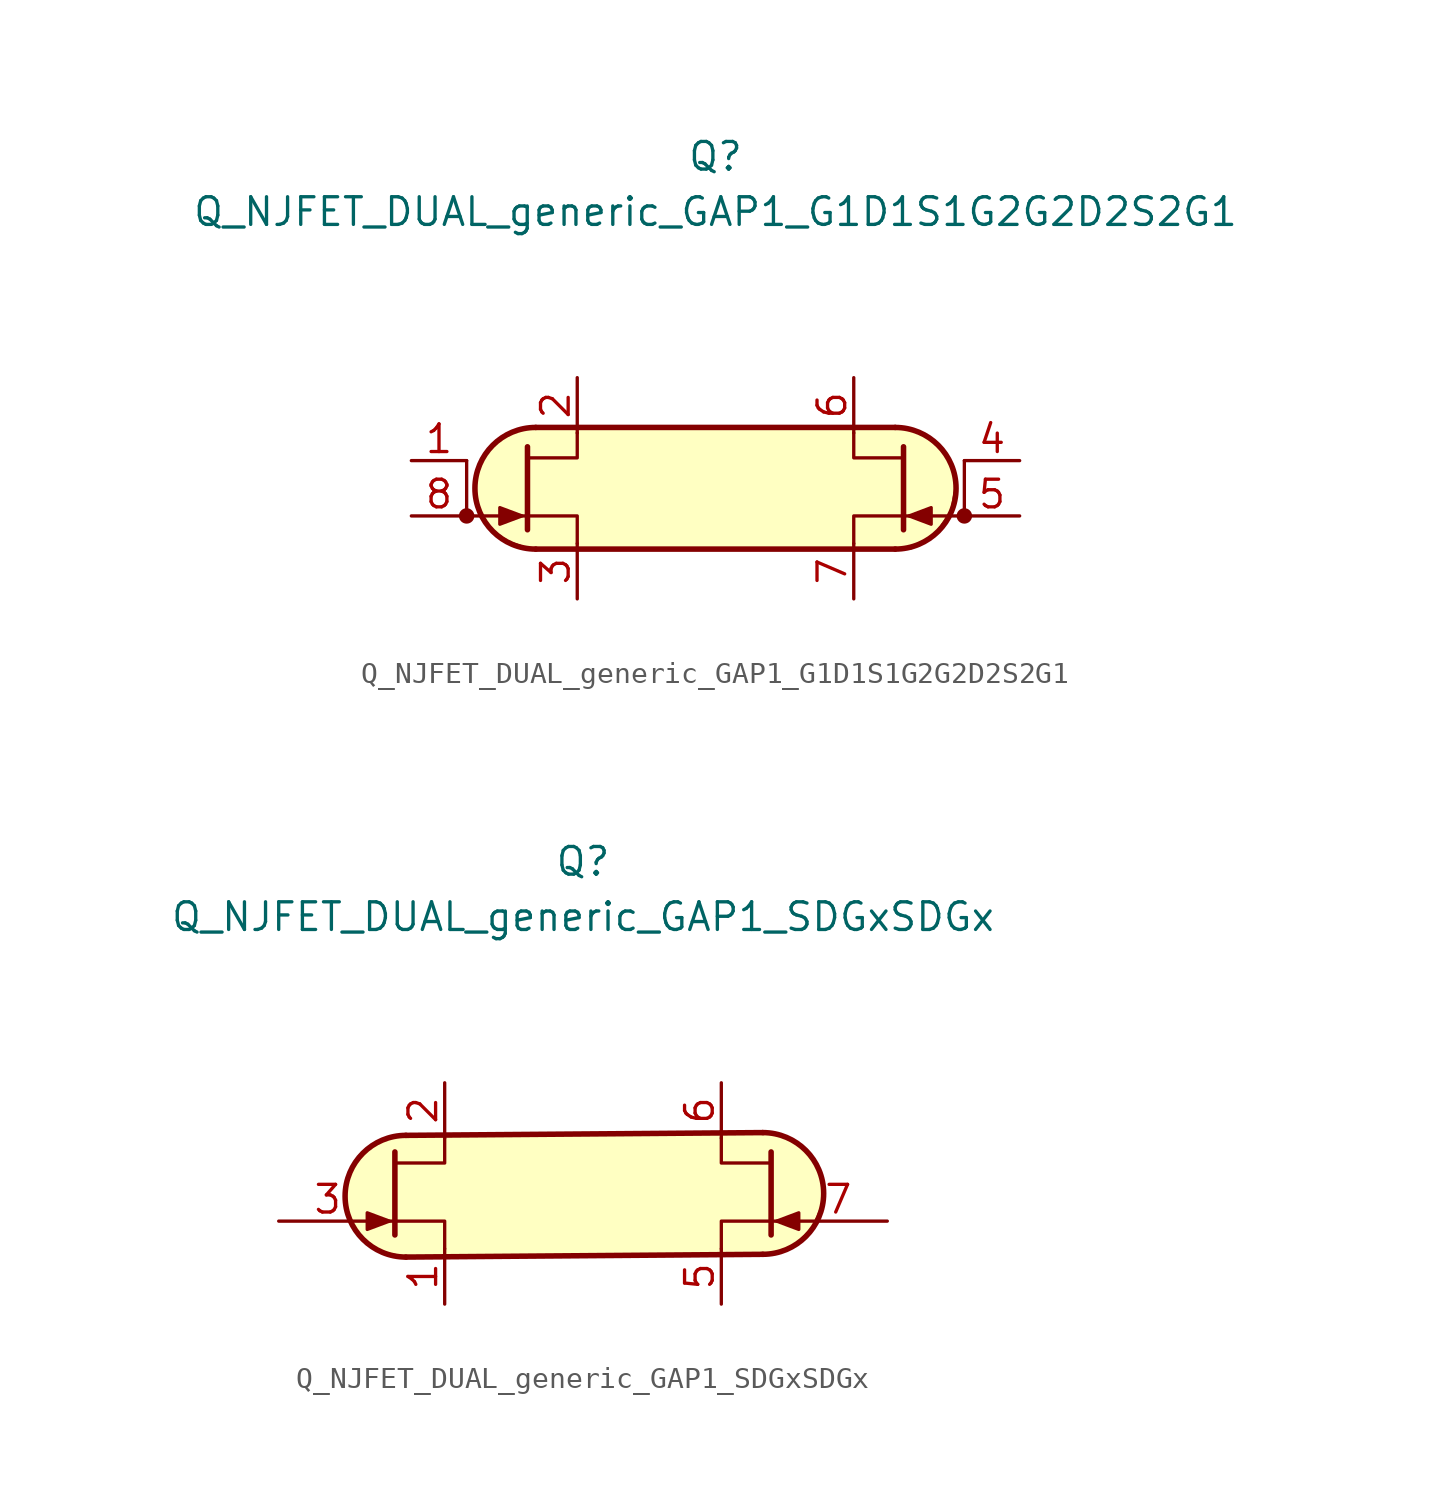
<source format=kicad_sym>
(kicad_symbol_lib
  (version 20211014)
  (generator kicad_symbol_editor)
  (symbol "Q_NJFET_DUAL_generic_GAP1_G1D1S1G2G2D2S2G1"
    (pin_names
      (offset 1.016) hide)
    (property "Reference" "Q"
      (at 0 15.24 0)
      (effects (font (size 1.27 1.27))))
    (property "Value" "Q_NJFET_DUAL_generic_GAP1_G1D1S1G2G2D2S2G1"
      (at 0 12.7 0)
      (effects (font (size 1.27 1.27))))
    (symbol "Q_NJFET_DUAL_generic_GAP1_G1D1S1G2G2D2S2G1_0_1"
      (arc (start -8.255 2.794) (mid -11.049 0) (end -8.255 -2.794) (stroke (width 0.254) (type default) (color 0 0 0 0)) (fill (type background)))
      (polyline (pts (xy 8.255 -2.794) (xy -8.255 -2.794)) (stroke (width 0.254) (type default) (color 0 0 0 0)) (fill (type none)))
      (polyline (pts (xy 8.255 2.794) (xy -8.255 2.794)) (stroke (width 0.254) (type default) (color 0 0 0 0)) (fill (type none)))
      (polyline (pts (xy -8.255 2.794) (xy 8.255 2.794) (xy 9.398 2.54) (xy 10.541 1.651) (xy 11.049 0.381) (xy 10.795 -1.016) (xy 10.033 -2.159) (xy 9.017 -2.794) (xy -8.382 -2.794) (xy -9.525 -2.413) (xy -10.414 -1.778) (xy -10.922 -0.762) (xy -11.049 0.254) (xy -10.541 1.651) (xy -9.525 2.54) (xy -8.255 2.794)) (stroke (width 0.025) (type default) (color 0 0 0 0)) (fill (type background))))
    (symbol "Q_NJFET_DUAL_generic_GAP1_G1D1S1G2G2D2S2G1_1_1"
      (circle (center -11.43 -1.27) (radius 0.279) (stroke (width 0) (type default) (color 0 0 0 0)) (fill (type outline)))
      (polyline (pts (xy -11.43 -1.27) (xy -8.636 -1.27)) (stroke (width 0) (type default) (color 0 0 0 0)) (fill (type none)))
      (polyline (pts (xy -11.43 1.27) (xy -11.43 -1.27)) (stroke (width 0) (type default) (color 0 0 0 0)) (fill (type none)))
      (polyline (pts (xy 11.43 -1.27) (xy 8.636 -1.27)) (stroke (width 0) (type default) (color 0 0 0 0)) (fill (type none)))
      (polyline (pts (xy 11.43 1.27) (xy 11.43 -1.27)) (stroke (width 0) (type default) (color 0 0 0 0)) (fill (type none)))
      (polyline (pts (xy -8.636 1.905) (xy -8.636 -1.905) (xy -8.636 -1.905)) (stroke (width 0.254) (type default) (color 0 0 0 0)) (fill (type none)))
      (polyline (pts (xy -6.35 -2.54) (xy -6.35 -1.27) (xy -8.636 -1.27)) (stroke (width 0) (type default) (color 0 0 0 0)) (fill (type none)))
      (polyline (pts (xy -6.35 2.54) (xy -6.35 1.397) (xy -8.636 1.397)) (stroke (width 0) (type default) (color 0 0 0 0)) (fill (type none)))
      (polyline (pts (xy 6.35 -2.54) (xy 6.35 -1.27) (xy 8.636 -1.27)) (stroke (width 0) (type default) (color 0 0 0 0)) (fill (type none)))
      (polyline (pts (xy 6.35 2.54) (xy 6.35 1.397) (xy 8.636 1.397)) (stroke (width 0) (type default) (color 0 0 0 0)) (fill (type none)))
      (polyline (pts (xy 8.636 1.905) (xy 8.636 -1.905) (xy 8.636 -1.905)) (stroke (width 0.254) (type default) (color 0 0 0 0)) (fill (type none)))
      (polyline (pts (xy -8.89 -1.27) (xy -9.906 -0.889) (xy -9.906 -1.651) (xy -8.89 -1.27)) (stroke (width 0) (type default) (color 0 0 0 0)) (fill (type outline)))
      (polyline (pts (xy 8.89 -1.27) (xy 9.906 -0.889) (xy 9.906 -1.651) (xy 8.89 -1.27)) (stroke (width 0) (type default) (color 0 0 0 0)) (fill (type outline)))
      (arc (start 8.255 -2.794) (mid 11.049 0) (end 8.255 2.794) (stroke (width 0.254) (type default) (color 0 0 0 0)) (fill (type none)))
      (circle (center 11.43 -1.27) (radius 0.279) (stroke (width 0) (type default) (color 0 0 0 0)) (fill (type outline)))
      (pin input line (at -13.97 1.27 0) (length 2.54) (name "G1" (effects (font (size 1.27 1.27)))) (number "1" (effects (font (size 1.27 1.27)))))
      (pin passive line (at -6.35 5.08 270) (length 2.54) (name "D1" (effects (font (size 1.27 1.27)))) (number "2" (effects (font (size 1.27 1.27)))))
      (pin passive line (at -6.35 -5.08 90) (length 2.54) (name "S1" (effects (font (size 1.27 1.27)))) (number "3" (effects (font (size 1.27 1.27)))))
      (pin input line (at 13.97 1.27 180) (length 2.54) (name "G2" (effects (font (size 1.27 1.27)))) (number "4" (effects (font (size 1.27 1.27)))))
      (pin input line (at 13.97 -1.27 180) (length 2.54) (name "G2" (effects (font (size 1.27 1.27)))) (number "5" (effects (font (size 1.27 1.27)))))
      (pin passive line (at 6.35 5.08 270) (length 2.54) (name "D2" (effects (font (size 1.27 1.27)))) (number "6" (effects (font (size 1.27 1.27)))))
      (pin passive line (at 6.35 -5.08 90) (length 2.54) (name "S2" (effects (font (size 1.27 1.27)))) (number "7" (effects (font (size 1.27 1.27)))))
      (pin input line (at -13.97 -1.27 0) (length 2.54) (name "G1" (effects (font (size 1.27 1.27)))) (number "8" (effects (font (size 1.27 1.27)))))))
  (symbol "Q_NJFET_DUAL_generic_GAP1_SDGxSDGx"
    (pin_names
      (offset 1.016) hide)
    (property "Reference" "Q"
      (at 0 15.24 0)
      (effects (font (size 1.27 1.27))))
    (property "Value" "Q_NJFET_DUAL_generic_GAP1_SDGxSDGx"
      (at 0 12.7 0)
      (effects (font (size 1.27 1.27))))
    (symbol "Q_NJFET_DUAL_generic_GAP1_SDGxSDGx_0_1"
      (arc (start -8.128 2.667) (mid -10.922 -0.127) (end -8.128 -2.921) (stroke (width 0.254) (type default) (color 0 0 0 0)) (fill (type background)))
      (polyline (pts (xy -9.144 -1.27) (xy -8.636 -1.27)) (stroke (width 0) (type default) (color 0 0 0 0)) (fill (type none)))
      (polyline (pts (xy 8.255 -2.794) (xy -8.128 -2.921)) (stroke (width 0.254) (type default) (color 0 0 0 0)) (fill (type none)))
      (polyline (pts (xy 8.255 2.794) (xy -8.128 2.667)) (stroke (width 0.254) (type default) (color 0 0 0 0)) (fill (type none)))
      (polyline (pts (xy 9.017 -1.27) (xy 8.763 -1.27)) (stroke (width 0) (type default) (color 0 0 0 0)) (fill (type none)))
      (polyline (pts (xy 8.255 2.794) (xy -8.128 2.667) (xy -9.271 2.413) (xy -10.287 1.778) (xy -10.922 0.508) (xy -10.795 -0.889) (xy -10.414 -1.778) (xy -9.271 -2.667) (xy -7.874 -2.921) (xy 8.509 -2.794) (xy 9.652 -2.413) (xy 10.541 -1.524) (xy 11.049 -0.254) (xy 10.922 0.889) (xy 10.287 1.905) (xy 9.144 2.667) (xy 8.255 2.794)) (stroke (width 0.025) (type default) (color 0 0 0 0)) (fill (type background))))
    (symbol "Q_NJFET_DUAL_generic_GAP1_SDGxSDGx_1_1"
      (polyline (pts (xy -8.636 1.905) (xy -8.636 -1.905) (xy -8.636 -1.905)) (stroke (width 0.254) (type default) (color 0 0 0 0)) (fill (type none)))
      (polyline (pts (xy -6.35 -2.54) (xy -6.35 -1.27) (xy -8.636 -1.27)) (stroke (width 0) (type default) (color 0 0 0 0)) (fill (type none)))
      (polyline (pts (xy -6.35 2.54) (xy -6.35 1.397) (xy -8.636 1.397)) (stroke (width 0) (type default) (color 0 0 0 0)) (fill (type none)))
      (polyline (pts (xy 6.35 -2.54) (xy 6.35 -1.27) (xy 8.636 -1.27)) (stroke (width 0) (type default) (color 0 0 0 0)) (fill (type none)))
      (polyline (pts (xy 6.35 2.54) (xy 6.35 1.397) (xy 8.636 1.397)) (stroke (width 0) (type default) (color 0 0 0 0)) (fill (type none)))
      (polyline (pts (xy 8.636 1.905) (xy 8.636 -1.905) (xy 8.636 -1.905)) (stroke (width 0.254) (type default) (color 0 0 0 0)) (fill (type none)))
      (polyline (pts (xy -8.89 -1.27) (xy -9.906 -0.889) (xy -9.906 -1.651) (xy -8.89 -1.27)) (stroke (width 0) (type default) (color 0 0 0 0)) (fill (type outline)))
      (polyline (pts (xy 8.89 -1.27) (xy 9.906 -0.889) (xy 9.906 -1.651) (xy 8.89 -1.27)) (stroke (width 0) (type default) (color 0 0 0 0)) (fill (type outline)))
      (arc (start 8.255 -2.794) (mid 11.049 0) (end 8.255 2.794) (stroke (width 0.254) (type default) (color 0 0 0 0)) (fill (type none)))
      (pin passive line (at -6.35 -5.08 90) (length 2.54) (name "S1" (effects (font (size 1.27 1.27)))) (number "1" (effects (font (size 1.27 1.27)))))
      (pin passive line (at -6.35 5.08 270) (length 2.54) (name "D1" (effects (font (size 1.27 1.27)))) (number "2" (effects (font (size 1.27 1.27)))))
      (pin input line (at -13.97 -1.27 0) (length 4.496) (name "G1" (effects (font (size 1.27 1.27)))) (number "3" (effects (font (size 1.27 1.27)))))
      (pin no_connect line (at 0 1.27 180) (length 2.54) hide (name "NC" (effects (font (size 1.27 1.27)))) (number "4" (effects (font (size 1.27 1.27)))))
      (pin passive line (at 6.35 -5.08 90) (length 2.54) (name "S2" (effects (font (size 1.27 1.27)))) (number "5" (effects (font (size 1.27 1.27)))))
      (pin passive line (at 6.35 5.08 270) (length 2.54) (name "D2" (effects (font (size 1.27 1.27)))) (number "6" (effects (font (size 1.27 1.27)))))
      (pin input line (at 13.97 -1.27 180) (length 4.496) (name "G2" (effects (font (size 1.27 1.27)))) (number "7" (effects (font (size 1.27 1.27)))))
      (pin no_connect line (at 0 -1.27 180) (length 2.54) hide (name "NC" (effects (font (size 1.27 1.27)))) (number "8" (effects (font (size 1.27 1.27))))))))
</source>
